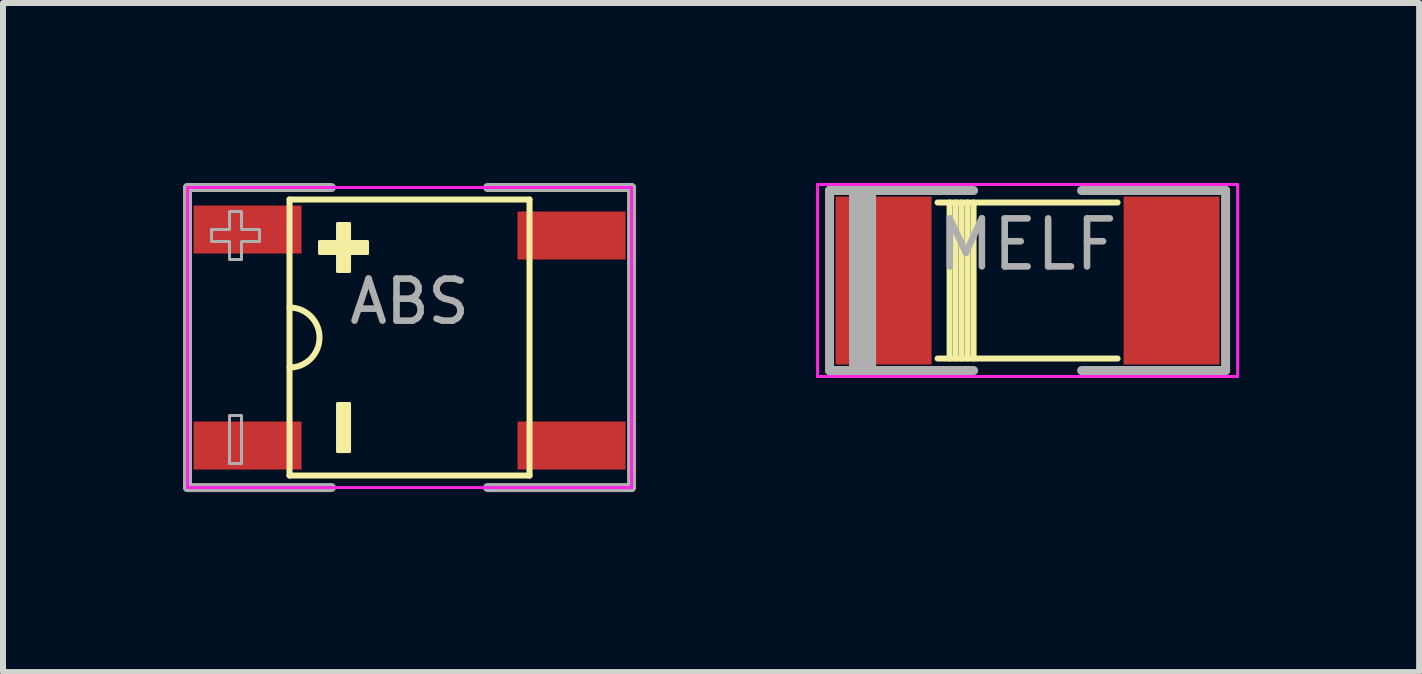
<source format=kicad_pcb>
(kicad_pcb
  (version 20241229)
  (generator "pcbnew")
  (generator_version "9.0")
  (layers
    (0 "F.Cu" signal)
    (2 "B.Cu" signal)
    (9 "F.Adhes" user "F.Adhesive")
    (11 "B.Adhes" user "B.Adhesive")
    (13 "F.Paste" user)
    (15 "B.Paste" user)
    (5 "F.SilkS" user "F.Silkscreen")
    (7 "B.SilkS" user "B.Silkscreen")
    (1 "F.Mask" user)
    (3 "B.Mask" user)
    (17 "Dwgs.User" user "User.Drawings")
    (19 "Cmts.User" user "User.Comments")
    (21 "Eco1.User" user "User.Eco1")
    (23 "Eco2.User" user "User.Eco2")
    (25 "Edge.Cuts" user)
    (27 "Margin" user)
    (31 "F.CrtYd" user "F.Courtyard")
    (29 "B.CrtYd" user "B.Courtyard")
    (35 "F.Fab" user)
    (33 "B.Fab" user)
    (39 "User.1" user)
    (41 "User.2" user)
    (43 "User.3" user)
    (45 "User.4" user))
  (footprint "MELF"
    (layer "F.Cu")
    (at 14.075 1.625)
    (property "Reference" "MELF" (at 0 -0.6 0) (layer "F.Fab") (effects (font (size 0.8 0.8) (thickness 0.11))))
    (attr smd)
    (fp_line (start -1.5 1.3) (end 1.5 1.3) (stroke (width 0.1) (type solid)) (layer "F.SilkS"))
    (fp_line (start -1.3 -1.3) (end -1.3 1.3) (stroke (width 0.1) (type solid)) (layer "F.SilkS"))
    (fp_line (start -1.2 1.3) (end -1.2 -1.3) (stroke (width 0.1) (type solid)) (layer "F.SilkS"))
    (fp_line (start -1.1 -1.3) (end -1.1 1.3) (stroke (width 0.1) (type solid)) (layer "F.SilkS"))
    (fp_line (start -1 1.3) (end -1 -1.3) (stroke (width 0.1) (type solid)) (layer "F.SilkS"))
    (fp_line (start -0.9 -1.3) (end -0.9 1.3) (stroke (width 0.1) (type solid)) (layer "F.SilkS"))
    (fp_line (start 1.5 -1.3) (end -1.5 -1.3) (stroke (width 0.1) (type solid)) (layer "F.SilkS"))
    (fp_line (start -3.5 -1.6) (end -3.5 1.6) (stroke (width 0.05) (type solid)) (layer "F.CrtYd"))
    (fp_line (start -3.5 1.6) (end 3.5 1.6) (stroke (width 0.05) (type solid)) (layer "F.CrtYd"))
    (fp_line (start 3.5 -1.6) (end -3.5 -1.6) (stroke (width 0.05) (type solid)) (layer "F.CrtYd"))
    (fp_line (start 3.5 1.6) (end 3.5 -1.6) (stroke (width 0.05) (type solid)) (layer "F.CrtYd"))
    (fp_line (start -3.3 -1.5) (end -3.3 1.5) (stroke (width 0.15) (type solid)) (layer "F.Fab"))
    (fp_line (start -3.3 1.5) (end -0.9 1.5) (stroke (width 0.15) (type solid)) (layer "F.Fab"))
    (fp_line (start -2.9 1.5) (end -2.9 -1.5) (stroke (width 0.15) (type solid)) (layer "F.Fab"))
    (fp_line (start -2.8 -1.5) (end -2.8 1.5) (stroke (width 0.15) (type solid)) (layer "F.Fab"))
    (fp_line (start -2.7 1.5) (end -2.7 -1.5) (stroke (width 0.15) (type solid)) (layer "F.Fab"))
    (fp_line (start -2.6 -1.5) (end -2.6 1.5) (stroke (width 0.15) (type solid)) (layer "F.Fab"))
    (fp_line (start -0.9 -1.5) (end -3.3 -1.5) (stroke (width 0.15) (type solid)) (layer "F.Fab"))
    (fp_line (start 0.9 1.5) (end 3.3 1.5) (stroke (width 0.15) (type solid)) (layer "F.Fab"))
    (fp_line (start 3.3 -1.5) (end 0.9 -1.5) (stroke (width 0.15) (type solid)) (layer "F.Fab"))
    (fp_line (start 3.3 1.5) (end 3.3 -1.5) (stroke (width 0.15) (type solid)) (layer "F.Fab"))
    (pad "1" smd rect (at -2.4 0) (size 1.6 2.8) (layers "F.Cu" "F.Mask" "F.Paste"))
    (pad "2" smd rect (at 2.4 0) (size 1.6 2.8) (layers "F.Cu" "F.Mask" "F.Paste")))
  (footprint "ABS"
    (layer "F.Cu")
    (at 3.775 2.575)
    (property "Reference" "ABS" (at 0 -0.6 180) (layer "F.Fab") (effects (font (size 0.7 0.7) (thickness 0.11))))
    (attr smd)
    (fp_line (start -2 -2.3) (end 2 -2.3) (stroke (width 0.1) (type solid)) (layer "F.SilkS"))
    (fp_line (start -2 2.3) (end -2 -2.3) (stroke (width 0.1) (type solid)) (layer "F.SilkS"))
    (fp_line (start -2 2.3) (end 2 2.3) (stroke (width 0.1) (type solid)) (layer "F.SilkS"))
    (fp_line (start 2 2.3) (end 2 -2.3) (stroke (width 0.1) (type solid)) (layer "F.SilkS"))
    (fp_arc (start -2 -0.5) (mid -1.5 0) (end -2 0.5) (stroke (width 0.1) (type solid)) (layer "F.SilkS"))
    (fp_poly (pts (xy -1.2 1.1) (xy -1 1.1) (xy -1 1.9) (xy -1.2 1.9)) (stroke (width 0.05) (type solid)) (fill yes) (layer "F.SilkS"))
    (fp_poly (pts (xy -1 -1.6) (xy -0.7 -1.6) (xy -0.7 -1.4) (xy -1 -1.4) (xy -1 -1.1) (xy -1.2 -1.1) (xy -1.2 -1.4) (xy -1.5 -1.4) (xy -1.5 -1.6) (xy -1.2 -1.6) (xy -1.2 -1.9) (xy -1 -1.9)) (stroke (width 0.05) (type solid)) (fill yes) (layer "F.SilkS"))
    (fp_line (start -3.7 -2.5) (end -3.7 2.5) (stroke (width 0.05) (type solid)) (layer "F.CrtYd"))
    (fp_line (start -3.7 -2.5) (end 3.7 -2.5) (stroke (width 0.05) (type solid)) (layer "F.CrtYd"))
    (fp_line (start -3.7 2.5) (end 3.7 2.5) (stroke (width 0.05) (type solid)) (layer "F.CrtYd"))
    (fp_line (start 3.7 -2.5) (end 3.7 2.5) (stroke (width 0.05) (type solid)) (layer "F.CrtYd"))
    (fp_line (start -3.7 -2.5) (end -1.3 -2.5) (stroke (width 0.15) (type solid)) (layer "F.Fab"))
    (fp_line (start -3.7 2.5) (end -3.7 -2.5) (stroke (width 0.15) (type solid)) (layer "F.Fab"))
    (fp_line (start -3.7 2.5) (end -1.3 2.5) (stroke (width 0.15) (type solid)) (layer "F.Fab"))
    (fp_line (start 1.3 -2.5) (end 3.7 -2.5) (stroke (width 0.15) (type solid)) (layer "F.Fab"))
    (fp_line (start 1.3 2.5) (end 3.7 2.5) (stroke (width 0.15) (type solid)) (layer "F.Fab"))
    (fp_line (start 3.7 2.5) (end 3.7 -2.5) (stroke (width 0.15) (type solid)) (layer "F.Fab"))
    (fp_poly (pts (xy -3 1.3) (xy -2.8 1.3) (xy -2.8 2.1) (xy -3 2.1)) (stroke (width 0.05) (type solid)) (fill no) (layer "F.Fab"))
    (fp_poly (pts (xy -2.8 -1.8) (xy -2.5 -1.8) (xy -2.5 -1.6) (xy -2.8 -1.6) (xy -2.8 -1.3) (xy -3 -1.3) (xy -3 -1.6) (xy -3.3 -1.6) (xy -3.3 -1.8) (xy -3 -1.8) (xy -3 -2.1) (xy -2.8 -2.1)) (stroke (width 0.05) (type solid)) (fill no) (layer "F.Fab"))
    (pad "1" smd rect (at -2.7 -1.8) (size 1.8 0.8) (layers "F.Cu" "F.Mask" "F.Paste"))
    (pad "2" smd rect (at -2.7 1.8) (size 1.8 0.8) (layers "F.Cu" "F.Mask" "F.Paste"))
    (pad "3" smd rect (at 2.7 1.8) (size 1.8 0.8) (layers "F.Cu" "F.Mask" "F.Paste"))
    (pad "4" smd rect (at 2.7 -1.7) (size 1.8 0.8) (layers "F.Cu" "F.Mask" "F.Paste")))
  (gr_rect
    (start -3 -3)
    (end 20.6 8.15)
    (stroke (width 0.1) (type default))
    (fill no)
    (layer "Edge.Cuts")))
</source>
